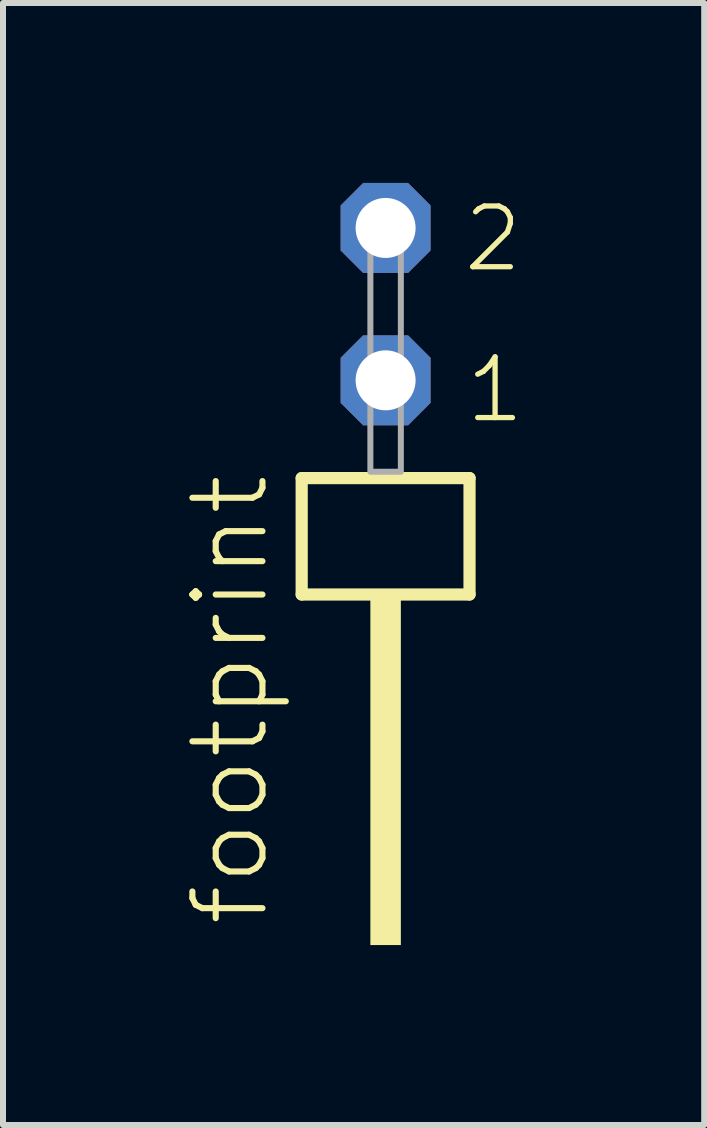
<source format=kicad_pcb>
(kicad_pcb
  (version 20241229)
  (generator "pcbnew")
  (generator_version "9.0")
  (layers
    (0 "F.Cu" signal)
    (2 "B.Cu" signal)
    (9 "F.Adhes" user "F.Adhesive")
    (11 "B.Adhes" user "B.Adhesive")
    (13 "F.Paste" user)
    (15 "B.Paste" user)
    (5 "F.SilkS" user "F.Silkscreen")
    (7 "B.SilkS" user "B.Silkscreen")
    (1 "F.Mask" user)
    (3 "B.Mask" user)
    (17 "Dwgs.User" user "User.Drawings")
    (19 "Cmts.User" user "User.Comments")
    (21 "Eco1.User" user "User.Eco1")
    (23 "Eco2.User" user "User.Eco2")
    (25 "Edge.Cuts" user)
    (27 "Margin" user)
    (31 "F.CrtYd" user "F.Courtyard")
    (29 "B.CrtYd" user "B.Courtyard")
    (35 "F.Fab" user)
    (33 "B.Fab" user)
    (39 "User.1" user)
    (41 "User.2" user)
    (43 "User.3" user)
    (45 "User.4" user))
  (footprint "footprint"
    (layer "F.Cu")
    (at 3.378 4.814)
    (property "Reference" "footprint" (at -1.905 7.62 90) (layer "F.SilkS") (effects (font (size 1.168 1.168) (thickness 0.102)) (justify left bottom)))
    (fp_line (start -1.399 0.106) (end -1.399 2.046) (stroke (width 0.203) (type solid)) (layer "F.SilkS"))
    (fp_line (start -1.399 2.046) (end 1.399 2.046) (stroke (width 0.203) (type solid)) (layer "F.SilkS"))
    (fp_line (start 1.399 0.106) (end -1.399 0.106) (stroke (width 0.203) (type solid)) (layer "F.SilkS"))
    (fp_line (start 1.399 2.046) (end 1.399 0.106) (stroke (width 0.203) (type solid)) (layer "F.SilkS"))
    (fp_poly (pts (xy -0.254 7.89) (xy 0.254 7.89) (xy 0.254 2.04) (xy -0.254 2.04)) (stroke (width 0) (type solid)) (fill yes) (layer "F.SilkS"))
    (fp_poly (pts (xy -0.254 0) (xy 0.254 0) (xy 0.254 -4.318) (xy -0.254 -4.318)) (stroke (width 0.1) (type solid)) (fill no) (layer "F.Fab"))
    (fp_text user "2" (at 1.25 -3.29 0) (layer "F.SilkS") (effects (font (size 1.012 1.012) (thickness 0.088)) (justify left bottom)))
    (fp_text user "1" (at 1.285 -0.775 0) (layer "F.SilkS") (effects (font (size 1.012 1.012) (thickness 0.088)) (justify left bottom)))
    (pad "1" thru_hole roundrect (at 0 -1.524 180) (size 1.5 1.5) (drill 1) (layers "*.Cu" "*.Mask") (roundrect_rratio 0.25) (chamfer_ratio 0.25) (chamfer top_left top_right bottom_left bottom_right))
    (pad "2" thru_hole roundrect (at 0 -4.064 180) (size 1.5 1.5) (drill 1) (layers "*.Cu" "*.Mask") (roundrect_rratio 0.25) (chamfer_ratio 0.25) (chamfer top_left top_right bottom_left bottom_right)))
  (gr_rect
    (start -3 -3)
    (end 8.689 15.704)
    (stroke (width 0.1) (type default))
    (fill no)
    (layer "Edge.Cuts")))
</source>
